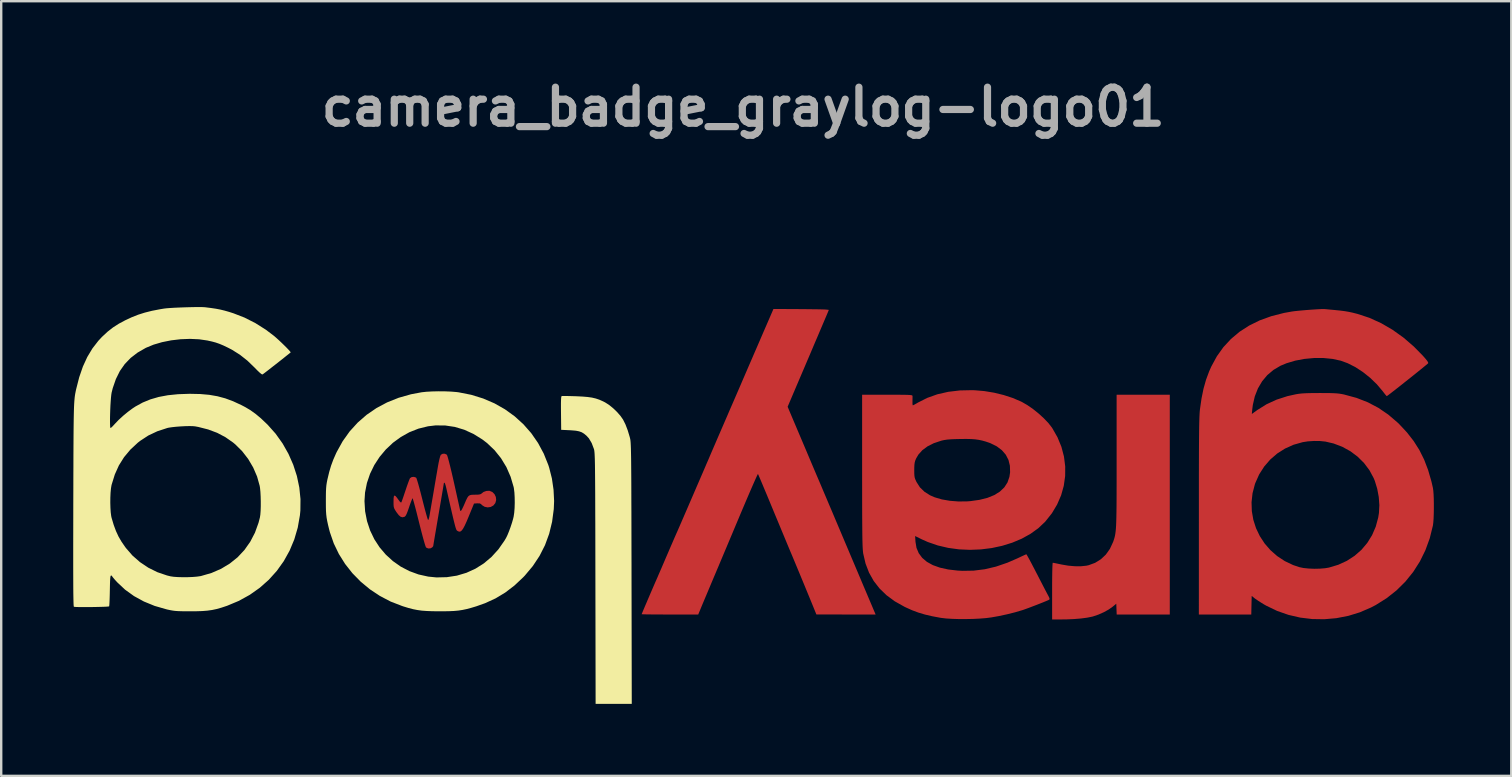
<source format=kicad_pcb>
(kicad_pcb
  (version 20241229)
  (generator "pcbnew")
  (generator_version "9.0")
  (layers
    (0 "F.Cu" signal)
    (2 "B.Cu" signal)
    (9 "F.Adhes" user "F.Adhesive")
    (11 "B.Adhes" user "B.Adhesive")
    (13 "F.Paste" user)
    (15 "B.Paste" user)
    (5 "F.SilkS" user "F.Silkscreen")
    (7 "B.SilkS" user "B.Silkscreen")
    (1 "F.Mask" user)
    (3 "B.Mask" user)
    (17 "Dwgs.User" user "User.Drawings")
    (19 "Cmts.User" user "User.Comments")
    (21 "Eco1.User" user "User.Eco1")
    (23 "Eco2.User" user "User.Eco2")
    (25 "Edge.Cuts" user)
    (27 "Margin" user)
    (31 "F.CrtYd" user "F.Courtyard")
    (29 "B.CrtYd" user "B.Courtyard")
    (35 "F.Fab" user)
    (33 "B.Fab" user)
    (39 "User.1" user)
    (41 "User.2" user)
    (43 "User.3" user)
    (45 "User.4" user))
  (footprint "camera_badge_graylog-logo01"
    (layer "F.Cu")
    (at 27.912 17.304)
    (property "Reference" "camera_badge_graylog-logo01" (at 0 -15.9 0) (layer "F.Fab") (effects (font (size 1.5 1.5) (thickness 0.3))))
    (attr board_only exclude_from_pos_files exclude_from_bom)
    (fp_poly (pts (xy 12.871 4.273) (xy 12.871 3.987) (xy 12.873 3.732) (xy 12.876 3.514) (xy 12.88 3.336) (xy 12.885 3.203) (xy 12.891 3.12) (xy 12.898 3.091) (xy 12.936 3.097) (xy 13.019 3.113) (xy 13.135 3.137) (xy 13.266 3.165) (xy 13.541 3.212) (xy 13.814 3.236) (xy 14.071 3.237) (xy 14.296 3.214) (xy 14.39 3.194) (xy 14.662 3.094) (xy 14.903 2.944) (xy 15.11 2.749) (xy 15.279 2.511) (xy 15.408 2.233) (xy 15.415 2.216) (xy 15.438 2.148) (xy 15.459 2.083) (xy 15.477 2.017) (xy 15.493 1.946) (xy 15.506 1.867) (xy 15.518 1.775) (xy 15.528 1.667) (xy 15.536 1.538) (xy 15.542 1.385) (xy 15.547 1.204) (xy 15.551 0.991) (xy 15.554 0.742) (xy 15.556 0.454) (xy 15.557 0.122) (xy 15.558 -0.258) (xy 15.558 -0.689) (xy 15.558 -1.169) (xy 15.558 -3.909) (xy 16.666 -3.909) (xy 17.773 -3.909) (xy 17.773 0.669) (xy 17.773 5.247) (xy 16.667 5.247) (xy 15.561 5.247) (xy 15.552 5.022) (xy 15.544 4.797) (xy 15.396 4.92) (xy 15.23 5.038) (xy 15.025 5.151) (xy 14.803 5.25) (xy 14.582 5.325) (xy 14.539 5.337) (xy 14.33 5.379) (xy 14.073 5.413) (xy 13.781 5.437) (xy 13.463 5.451) (xy 13.247 5.453) (xy 12.871 5.454)) (stroke (width 0) (type solid)) (fill yes) (layer "F.Cu"))
    (fp_poly (pts (xy -13.202 2.461) (xy -13.215 2.449) (xy -13.232 2.409) (xy -13.262 2.318) (xy -13.301 2.184) (xy -13.348 2.014) (xy -13.401 1.814) (xy -13.458 1.591) (xy -13.506 1.4) (xy -13.564 1.168) (xy -13.618 0.954) (xy -13.667 0.766) (xy -13.709 0.611) (xy -13.742 0.495) (xy -13.764 0.423) (xy -13.773 0.403) (xy -13.79 0.43) (xy -13.82 0.502) (xy -13.861 0.61) (xy -13.908 0.743) (xy -13.918 0.775) (xy -13.974 0.935) (xy -14.017 1.047) (xy -14.054 1.12) (xy -14.087 1.162) (xy -14.11 1.177) (xy -14.193 1.197) (xy -14.271 1.175) (xy -14.352 1.105) (xy -14.442 0.987) (xy -14.502 0.895) (xy -14.539 0.826) (xy -14.559 0.758) (xy -14.566 0.672) (xy -14.567 0.548) (xy -14.567 0.543) (xy -14.564 0.402) (xy -14.551 0.318) (xy -14.524 0.289) (xy -14.481 0.314) (xy -14.418 0.39) (xy -14.375 0.45) (xy -14.307 0.541) (xy -14.262 0.581) (xy -14.241 0.575) (xy -14.225 0.535) (xy -14.194 0.449) (xy -14.152 0.328) (xy -14.103 0.181) (xy -14.067 0.075) (xy -14.014 -0.084) (xy -13.964 -0.224) (xy -13.922 -0.337) (xy -13.891 -0.411) (xy -13.879 -0.433) (xy -13.81 -0.479) (xy -13.718 -0.487) (xy -13.628 -0.457) (xy -13.627 -0.456) (xy -13.609 -0.422) (xy -13.581 -0.337) (xy -13.542 -0.209) (xy -13.496 -0.044) (xy -13.444 0.15) (xy -13.388 0.368) (xy -13.371 0.436) (xy -13.316 0.653) (xy -13.265 0.85) (xy -13.218 1.022) (xy -13.179 1.16) (xy -13.15 1.257) (xy -13.131 1.307) (xy -13.127 1.312) (xy -13.109 1.29) (xy -13.087 1.223) (xy -13.067 1.127) (xy -13.066 1.121) (xy -13.051 1.033) (xy -13.028 0.898) (xy -12.999 0.728) (xy -12.966 0.535) (xy -12.93 0.329) (xy -12.915 0.241) (xy -12.876 0.012) (xy -12.835 -0.231) (xy -12.794 -0.47) (xy -12.756 -0.689) (xy -12.725 -0.87) (xy -12.721 -0.896) (xy -12.687 -1.081) (xy -12.654 -1.232) (xy -12.624 -1.341) (xy -12.6 -1.401) (xy -12.596 -1.406) (xy -12.522 -1.449) (xy -12.433 -1.452) (xy -12.354 -1.415) (xy -12.344 -1.405) (xy -12.326 -1.364) (xy -12.297 -1.268) (xy -12.258 -1.125) (xy -12.21 -0.937) (xy -12.155 -0.71) (xy -12.094 -0.448) (xy -12.044 -0.226) (xy -11.988 0.024) (xy -11.937 0.255) (xy -11.891 0.462) (xy -11.852 0.638) (xy -11.821 0.777) (xy -11.801 0.872) (xy -11.791 0.918) (xy -11.791 0.921) (xy -11.77 0.932) (xy -11.759 0.929) (xy -11.735 0.899) (xy -11.696 0.826) (xy -11.647 0.723) (xy -11.611 0.641) (xy -11.546 0.489) (xy -11.494 0.384) (xy -11.446 0.316) (xy -11.39 0.278) (xy -11.319 0.261) (xy -11.222 0.256) (xy -11.17 0.256) (xy -11.043 0.253) (xy -10.962 0.241) (xy -10.914 0.22) (xy -10.901 0.207) (xy -10.815 0.141) (xy -10.7 0.1) (xy -10.583 0.093) (xy -10.567 0.095) (xy -10.449 0.144) (xy -10.359 0.235) (xy -10.304 0.351) (xy -10.291 0.479) (xy -10.326 0.605) (xy -10.326 0.605) (xy -10.408 0.706) (xy -10.519 0.767) (xy -10.645 0.785) (xy -10.77 0.76) (xy -10.881 0.691) (xy -10.921 0.646) (xy -10.977 0.619) (xy -11.083 0.616) (xy -11.083 0.616) (xy -11.214 0.625) (xy -11.436 1.166) (xy -11.528 1.385) (xy -11.605 1.552) (xy -11.67 1.672) (xy -11.727 1.749) (xy -11.78 1.789) (xy -11.834 1.796) (xy -11.89 1.773) (xy -11.921 1.753) (xy -11.934 1.74) (xy -11.947 1.718) (xy -11.962 1.681) (xy -11.981 1.626) (xy -12.003 1.549) (xy -12.03 1.444) (xy -12.064 1.308) (xy -12.105 1.136) (xy -12.154 0.925) (xy -12.213 0.669) (xy -12.282 0.364) (xy -12.363 0.007) (xy -12.372 -0.032) (xy -12.398 -0.135) (xy -12.424 -0.211) (xy -12.443 -0.246) (xy -12.445 -0.246) (xy -12.47 -0.229) (xy -12.47 -0.227) (xy -12.475 -0.194) (xy -12.489 -0.111) (xy -12.509 0.014) (xy -12.536 0.172) (xy -12.567 0.354) (xy -12.587 0.474) (xy -12.649 0.831) (xy -12.705 1.161) (xy -12.756 1.46) (xy -12.801 1.725) (xy -12.84 1.952) (xy -12.871 2.136) (xy -12.894 2.274) (xy -12.908 2.362) (xy -12.913 2.395) (xy -12.913 2.396) (xy -12.932 2.423) (xy -12.96 2.454) (xy -13.035 2.493) (xy -13.125 2.495)) (stroke (width 0) (type solid)) (fill yes) (layer "F.Cu"))
    (fp_poly (pts (xy 8.987 5.437) (xy 8.708 5.428) (xy 8.459 5.413) (xy 8.252 5.389) (xy 8.219 5.384) (xy 7.873 5.319) (xy 7.57 5.248) (xy 7.296 5.166) (xy 7.034 5.068) (xy 6.77 4.949) (xy 6.713 4.921) (xy 6.318 4.699) (xy 5.974 4.446) (xy 5.681 4.163) (xy 5.437 3.849) (xy 5.243 3.503) (xy 5.098 3.125) (xy 5.002 2.714) (xy 4.999 2.694) (xy 4.992 2.643) (xy 4.986 2.578) (xy 4.98 2.496) (xy 4.975 2.395) (xy 4.971 2.271) (xy 4.967 2.119) (xy 4.964 1.938) (xy 4.962 1.723) (xy 4.96 1.471) (xy 4.958 1.178) (xy 4.957 0.842) (xy 4.956 0.459) (xy 4.956 0.026) (xy 4.955 -0.462) (xy 4.955 -0.741) (xy 4.955 -3.909) (xy 6.004 -3.909) (xy 6.281 -3.908) (xy 6.504 -3.908) (xy 6.68 -3.906) (xy 6.814 -3.904) (xy 6.912 -3.9) (xy 6.979 -3.894) (xy 7.021 -3.887) (xy 7.044 -3.877) (xy 7.053 -3.865) (xy 7.055 -3.857) (xy 7.055 -3.8) (xy 7.054 -3.707) (xy 7.053 -3.635) (xy 7.053 -3.544) (xy 7.059 -3.483) (xy 7.067 -3.466) (xy 7.1 -3.48) (xy 7.169 -3.517) (xy 7.262 -3.57) (xy 7.283 -3.583) (xy 7.668 -3.777) (xy 8.089 -3.927) (xy 8.543 -4.03) (xy 9.028 -4.088) (xy 9.541 -4.099) (xy 9.651 -4.095) (xy 10.047 -4.061) (xy 10.452 -3.994) (xy 10.851 -3.897) (xy 11.228 -3.774) (xy 11.566 -3.63) (xy 11.611 -3.608) (xy 11.838 -3.477) (xy 12.075 -3.313) (xy 12.308 -3.126) (xy 12.525 -2.928) (xy 12.714 -2.73) (xy 12.862 -2.541) (xy 12.877 -2.518) (xy 13.095 -2.135) (xy 13.258 -1.739) (xy 13.364 -1.335) (xy 13.416 -0.926) (xy 13.415 -0.68) (xy 11.12 -0.68) (xy 11.112 -0.95) (xy 11.052 -1.193) (xy 10.94 -1.41) (xy 10.776 -1.599) (xy 10.562 -1.76) (xy 10.298 -1.891) (xy 10.109 -1.957) (xy 9.958 -1.999) (xy 9.815 -2.029) (xy 9.667 -2.05) (xy 9.5 -2.062) (xy 9.301 -2.067) (xy 9.059 -2.065) (xy 9.016 -2.064) (xy 8.801 -2.059) (xy 8.632 -2.051) (xy 8.497 -2.04) (xy 8.383 -2.023) (xy 8.277 -2) (xy 8.248 -1.992) (xy 7.943 -1.891) (xy 7.681 -1.759) (xy 7.466 -1.6) (xy 7.3 -1.416) (xy 7.207 -1.257) (xy 7.17 -1.171) (xy 7.147 -1.091) (xy 7.134 -1) (xy 7.128 -0.88) (xy 7.127 -0.777) (xy 7.128 -0.634) (xy 7.134 -0.532) (xy 7.147 -0.452) (xy 7.173 -0.377) (xy 7.214 -0.288) (xy 7.223 -0.27) (xy 7.363 -0.051) (xy 7.551 0.132) (xy 7.786 0.281) (xy 7.98 0.365) (xy 8.277 0.452) (xy 8.612 0.51) (xy 8.967 0.538) (xy 9.328 0.534) (xy 9.463 0.524) (xy 9.846 0.47) (xy 10.179 0.386) (xy 10.462 0.271) (xy 10.695 0.126) (xy 10.878 -0.049) (xy 11.011 -0.254) (xy 11.092 -0.489) (xy 11.12 -0.68) (xy 13.415 -0.68) (xy 13.413 -0.517) (xy 13.356 -0.112) (xy 13.245 0.283) (xy 13.079 0.665) (xy 12.861 1.03) (xy 12.589 1.372) (xy 12.576 1.387) (xy 12.293 1.654) (xy 11.967 1.888) (xy 11.604 2.089) (xy 11.209 2.255) (xy 10.79 2.385) (xy 10.353 2.479) (xy 9.903 2.535) (xy 9.448 2.553) (xy 8.992 2.533) (xy 8.543 2.472) (xy 8.107 2.37) (xy 7.69 2.226) (xy 7.447 2.118) (xy 7.163 1.978) (xy 7.178 2.217) (xy 7.22 2.47) (xy 7.314 2.693) (xy 7.459 2.888) (xy 7.654 3.053) (xy 7.9 3.189) (xy 8.196 3.295) (xy 8.541 3.371) (xy 8.936 3.417) (xy 9.134 3.428) (xy 9.599 3.42) (xy 10.063 3.362) (xy 10.531 3.252) (xy 11.01 3.088) (xy 11.42 2.91) (xy 11.554 2.847) (xy 11.667 2.794) (xy 11.75 2.756) (xy 11.792 2.738) (xy 11.795 2.737) (xy 11.815 2.762) (xy 11.86 2.84) (xy 11.931 2.969) (xy 12.027 3.15) (xy 12.149 3.384) (xy 12.295 3.667) (xy 12.391 3.853) (xy 12.483 4.031) (xy 12.566 4.191) (xy 12.635 4.323) (xy 12.685 4.417) (xy 12.701 4.446) (xy 12.748 4.538) (xy 12.765 4.594) (xy 12.756 4.624) (xy 12.748 4.631) (xy 12.702 4.653) (xy 12.612 4.691) (xy 12.488 4.742) (xy 12.342 4.8) (xy 12.183 4.862) (xy 12.023 4.923) (xy 11.872 4.98) (xy 11.743 5.027) (xy 11.644 5.062) (xy 11.63 5.066) (xy 11.328 5.155) (xy 10.992 5.239) (xy 10.647 5.313) (xy 10.345 5.367) (xy 10.123 5.396) (xy 9.863 5.417) (xy 9.578 5.431) (xy 9.281 5.437)) (stroke (width 0) (type solid)) (fill yes) (layer "F.Cu"))
    (fp_poly (pts (xy -3.309 5.247) (xy -3.547 5.246) (xy -3.759 5.245) (xy -3.939 5.243) (xy -4.082 5.241) (xy -4.18 5.238) (xy -4.227 5.236) (xy -4.23 5.235) (xy -4.219 5.206) (xy -4.188 5.132) (xy -4.141 5.02) (xy -4.082 4.88) (xy -4.013 4.72) (xy -3.94 4.548) (xy -3.865 4.373) (xy -3.792 4.204) (xy -3.725 4.049) (xy -3.668 3.917) (xy -3.623 3.816) (xy -3.61 3.785) (xy -3.581 3.72) (xy -3.535 3.612) (xy -3.474 3.472) (xy -3.404 3.311) (xy -3.335 3.15) (xy -3.232 2.909) (xy -3.131 2.675) (xy -3.036 2.454) (xy -2.95 2.255) (xy -2.875 2.082) (xy -2.815 1.945) (xy -2.773 1.849) (xy -2.753 1.806) (xy -2.737 1.77) (xy -2.7 1.684) (xy -2.644 1.556) (xy -2.573 1.392) (xy -2.488 1.196) (xy -2.392 0.974) (xy -2.288 0.734) (xy -2.178 0.479) (xy -2.065 0.217) (xy -1.951 -0.048) (xy -1.838 -0.309) (xy -1.729 -0.561) (xy -1.627 -0.797) (xy -1.535 -1.013) (xy -1.453 -1.201) (xy -1.386 -1.358) (xy -1.336 -1.476) (xy -1.306 -1.546) (xy -1.275 -1.617) (xy -1.224 -1.736) (xy -1.156 -1.893) (xy -1.075 -2.082) (xy -0.983 -2.294) (xy -0.884 -2.523) (xy -0.789 -2.742) (xy -0.672 -3.012) (xy -0.547 -3.303) (xy -0.418 -3.599) (xy -0.293 -3.888) (xy -0.177 -4.156) (xy -0.076 -4.39) (xy -0.036 -4.485) (xy 0.048 -4.678) (xy 0.143 -4.899) (xy 0.248 -5.142) (xy 0.36 -5.4) (xy 0.475 -5.667) (xy 0.592 -5.936) (xy 0.706 -6.2) (xy 0.815 -6.453) (xy 0.917 -6.688) (xy 1.009 -6.9) (xy 1.087 -7.08) (xy 1.149 -7.223) (xy 1.192 -7.322) (xy 1.207 -7.357) (xy 1.261 -7.482) (xy 2.244 -7.477) (xy 2.488 -7.475) (xy 2.72 -7.473) (xy 2.933 -7.47) (xy 3.116 -7.468) (xy 3.263 -7.465) (xy 3.363 -7.462) (xy 3.397 -7.461) (xy 3.489 -7.454) (xy 3.55 -7.446) (xy 3.567 -7.442) (xy 3.556 -7.413) (xy 3.527 -7.343) (xy 3.486 -7.244) (xy 3.467 -7.2) (xy 3.427 -7.106) (xy 3.368 -6.968) (xy 3.296 -6.798) (xy 3.214 -6.606) (xy 3.128 -6.403) (xy 3.072 -6.271) (xy 2.989 -6.078) (xy 2.889 -5.842) (xy 2.776 -5.575) (xy 2.654 -5.29) (xy 2.53 -4.998) (xy 2.407 -4.711) (xy 2.314 -4.493) (xy 1.852 -3.408) (xy 2.092 -2.839) (xy 2.171 -2.654) (xy 2.247 -2.474) (xy 2.316 -2.311) (xy 2.373 -2.177) (xy 2.412 -2.085) (xy 2.415 -2.077) (xy 2.452 -1.991) (xy 2.507 -1.861) (xy 2.575 -1.701) (xy 2.651 -1.522) (xy 2.729 -1.336) (xy 2.74 -1.31) (xy 2.823 -1.114) (xy 2.907 -0.915) (xy 2.987 -0.727) (xy 3.056 -0.564) (xy 3.109 -0.441) (xy 3.11 -0.438) (xy 3.143 -0.361) (xy 3.197 -0.235) (xy 3.269 -0.065) (xy 3.357 0.144) (xy 3.46 0.386) (xy 3.574 0.656) (xy 3.699 0.949) (xy 3.83 1.26) (xy 3.967 1.584) (xy 4.055 1.792) (xy 4.199 2.133) (xy 4.344 2.475) (xy 4.486 2.811) (xy 4.623 3.135) (xy 4.752 3.44) (xy 4.87 3.719) (xy 4.974 3.966) (xy 5.062 4.174) (xy 5.132 4.338) (xy 5.154 4.391) (xy 5.235 4.581) (xy 5.31 4.758) (xy 5.376 4.913) (xy 5.428 5.037) (xy 5.464 5.122) (xy 5.477 5.151) (xy 5.517 5.247) (xy 4.284 5.247) (xy 3.05 5.246) (xy 2.867 4.796) (xy 2.766 4.55) (xy 2.648 4.264) (xy 2.519 3.95) (xy 2.384 3.624) (xy 2.249 3.299) (xy 2.12 2.989) (xy 2.002 2.707) (xy 1.958 2.604) (xy 1.909 2.486) (xy 1.84 2.321) (xy 1.755 2.116) (xy 1.657 1.88) (xy 1.549 1.62) (xy 1.434 1.343) (xy 1.315 1.058) (xy 1.203 0.787) (xy 1.092 0.519) (xy 0.987 0.266) (xy 0.89 0.036) (xy 0.805 -0.168) (xy 0.733 -0.339) (xy 0.676 -0.472) (xy 0.637 -0.563) (xy 0.617 -0.605) (xy 0.616 -0.608) (xy 0.601 -0.585) (xy 0.566 -0.512) (xy 0.512 -0.393) (xy 0.441 -0.233) (xy 0.355 -0.036) (xy 0.255 0.194) (xy 0.144 0.453) (xy 0.024 0.735) (xy -0.104 1.037) (xy -0.182 1.224) (xy -0.318 1.546) (xy -0.449 1.859) (xy -0.575 2.158) (xy -0.692 2.437) (xy -0.799 2.69) (xy -0.893 2.914) (xy -0.972 3.101) (xy -1.033 3.247) (xy -1.075 3.346) (xy -1.086 3.372) (xy -1.242 3.741) (xy -1.376 4.059) (xy -1.489 4.329) (xy -1.584 4.554) (xy -1.661 4.737) (xy -1.722 4.882) (xy -1.767 4.991) (xy -1.778 5.018) (xy -1.873 5.247) (xy -3.051 5.247)) (stroke (width 0) (type solid)) (fill yes) (layer "F.Cu"))
    (fp_poly (pts (xy 23.705 5.436) (xy 23.207 5.376) (xy 22.719 5.263) (xy 22.247 5.099) (xy 21.798 4.883) (xy 21.697 4.826) (xy 21.569 4.747) (xy 21.446 4.668) (xy 21.346 4.6) (xy 21.303 4.568) (xy 21.185 4.474) (xy 21.176 4.861) (xy 21.168 5.247) (xy 20.076 5.247) (xy 18.984 5.247) (xy 18.985 1.164) (xy 18.985 0.576) (xy 18.985 0.044) (xy 18.985 -0.435) (xy 18.986 -0.864) (xy 18.987 -1.247) (xy 18.988 -1.586) (xy 18.99 -1.884) (xy 18.992 -2.144) (xy 18.994 -2.37) (xy 18.997 -2.565) (xy 19 -2.732) (xy 19.004 -2.873) (xy 19.008 -2.992) (xy 19.013 -3.092) (xy 19.018 -3.176) (xy 19.024 -3.247) (xy 19.03 -3.303) (xy 19.095 -3.754) (xy 19.178 -4.16) (xy 19.283 -4.533) (xy 19.414 -4.885) (xy 19.504 -5.087) (xy 19.734 -5.51) (xy 20.007 -5.892) (xy 20.322 -6.232) (xy 20.679 -6.532) (xy 21.079 -6.79) (xy 21.52 -7.007) (xy 22.004 -7.182) (xy 22.529 -7.316) (xy 22.868 -7.377) (xy 22.974 -7.391) (xy 23.118 -7.406) (xy 23.289 -7.422) (xy 23.474 -7.438) (xy 23.662 -7.452) (xy 23.841 -7.464) (xy 23.999 -7.473) (xy 24.124 -7.479) (xy 24.204 -7.479) (xy 24.212 -7.478) (xy 24.257 -7.475) (xy 24.348 -7.466) (xy 24.473 -7.454) (xy 24.62 -7.441) (xy 24.655 -7.437) (xy 24.88 -7.414) (xy 25.066 -7.39) (xy 25.23 -7.362) (xy 25.393 -7.327) (xy 25.573 -7.281) (xy 25.6 -7.274) (xy 26.094 -7.111) (xy 26.578 -6.891) (xy 27.05 -6.617) (xy 27.506 -6.291) (xy 27.942 -5.915) (xy 28.315 -5.535) (xy 28.426 -5.409) (xy 28.498 -5.319) (xy 28.534 -5.26) (xy 28.539 -5.224) (xy 28.537 -5.221) (xy 28.509 -5.194) (xy 28.441 -5.137) (xy 28.34 -5.054) (xy 28.212 -4.95) (xy 28.063 -4.83) (xy 27.9 -4.699) (xy 27.729 -4.563) (xy 27.555 -4.425) (xy 27.386 -4.291) (xy 27.228 -4.167) (xy 27.086 -4.056) (xy 26.968 -3.964) (xy 26.879 -3.897) (xy 26.825 -3.858) (xy 26.812 -3.85) (xy 26.789 -3.873) (xy 26.739 -3.931) (xy 26.673 -4.016) (xy 26.649 -4.048) (xy 26.402 -4.341) (xy 26.122 -4.612) (xy 25.819 -4.854) (xy 25.502 -5.061) (xy 25.181 -5.223) (xy 24.897 -5.327) (xy 24.548 -5.402) (xy 24.171 -5.439) (xy 23.777 -5.438) (xy 23.381 -5.401) (xy 22.996 -5.328) (xy 22.637 -5.221) (xy 22.389 -5.118) (xy 22.093 -4.943) (xy 21.835 -4.726) (xy 21.619 -4.468) (xy 21.445 -4.172) (xy 21.315 -3.842) (xy 21.232 -3.481) (xy 21.21 -3.309) (xy 21.191 -3.107) (xy 21.424 -3.275) (xy 21.804 -3.512) (xy 22.222 -3.704) (xy 22.678 -3.851) (xy 23.031 -3.929) (xy 23.143 -3.947) (xy 23.266 -3.961) (xy 23.409 -3.97) (xy 23.582 -3.976) (xy 23.795 -3.979) (xy 24.035 -3.98) (xy 24.272 -3.979) (xy 24.46 -3.977) (xy 24.609 -3.972) (xy 24.731 -3.965) (xy 24.835 -3.954) (xy 24.931 -3.939) (xy 25.03 -3.919) (xy 25.049 -3.914) (xy 25.557 -3.776) (xy 26.028 -3.592) (xy 26.466 -3.361) (xy 26.876 -3.081) (xy 27.263 -2.75) (xy 27.332 -2.683) (xy 27.656 -2.336) (xy 27.934 -1.979) (xy 28.171 -1.605) (xy 28.37 -1.205) (xy 28.536 -0.77) (xy 28.674 -0.293) (xy 28.736 -0.025) (xy 28.751 0.084) (xy 28.763 0.238) (xy 28.771 0.426) (xy 28.774 0.635) (xy 28.774 0.693) (xy 26.504 0.693) (xy 26.479 0.351) (xy 26.415 0.009) (xy 26.316 -0.316) (xy 26.267 -0.436) (xy 26.09 -0.765) (xy 25.865 -1.064) (xy 25.598 -1.329) (xy 25.295 -1.556) (xy 24.96 -1.74) (xy 24.6 -1.877) (xy 24.259 -1.957) (xy 24.034 -1.98) (xy 23.78 -1.983) (xy 23.523 -1.966) (xy 23.311 -1.933) (xy 22.929 -1.825) (xy 22.574 -1.666) (xy 22.249 -1.46) (xy 21.959 -1.21) (xy 21.708 -0.92) (xy 21.499 -0.594) (xy 21.338 -0.234) (xy 21.317 -0.176) (xy 21.22 0.197) (xy 21.179 0.572) (xy 21.191 0.942) (xy 21.254 1.304) (xy 21.366 1.652) (xy 21.524 1.982) (xy 21.725 2.289) (xy 21.967 2.567) (xy 22.247 2.813) (xy 22.562 3.021) (xy 22.911 3.187) (xy 23.17 3.274) (xy 23.344 3.31) (xy 23.558 3.332) (xy 23.791 3.342) (xy 24.027 3.337) (xy 24.245 3.319) (xy 24.404 3.292) (xy 24.793 3.175) (xy 25.15 3.011) (xy 25.472 2.802) (xy 25.757 2.553) (xy 26 2.265) (xy 26.2 1.943) (xy 26.353 1.59) (xy 26.456 1.209) (xy 26.487 1.016) (xy 26.504 0.693) (xy 28.774 0.693) (xy 28.774 0.851) (xy 28.77 1.062) (xy 28.763 1.255) (xy 28.751 1.417) (xy 28.736 1.536) (xy 28.735 1.541) (xy 28.604 2.069) (xy 28.422 2.569) (xy 28.191 3.039) (xy 27.912 3.476) (xy 27.587 3.878) (xy 27.219 4.242) (xy 26.808 4.567) (xy 26.356 4.851) (xy 26.161 4.953) (xy 25.694 5.155) (xy 25.209 5.304) (xy 24.712 5.4) (xy 24.209 5.444)) (stroke (width 0) (type solid)) (fill yes) (layer "F.Cu"))
    (fp_poly (pts (xy 12.871 4.273) (xy 12.871 3.987) (xy 12.873 3.732) (xy 12.876 3.514) (xy 12.88 3.336) (xy 12.885 3.203) (xy 12.891 3.12) (xy 12.898 3.091) (xy 12.936 3.097) (xy 13.019 3.113) (xy 13.135 3.137) (xy 13.266 3.165) (xy 13.541 3.212) (xy 13.814 3.236) (xy 14.071 3.237) (xy 14.296 3.214) (xy 14.39 3.194) (xy 14.662 3.094) (xy 14.903 2.944) (xy 15.11 2.749) (xy 15.279 2.511) (xy 15.408 2.233) (xy 15.415 2.216) (xy 15.438 2.148) (xy 15.459 2.083) (xy 15.477 2.017) (xy 15.493 1.946) (xy 15.506 1.867) (xy 15.518 1.775) (xy 15.528 1.667) (xy 15.536 1.538) (xy 15.542 1.385) (xy 15.547 1.204) (xy 15.551 0.991) (xy 15.554 0.742) (xy 15.556 0.454) (xy 15.557 0.122) (xy 15.558 -0.258) (xy 15.558 -0.689) (xy 15.558 -1.169) (xy 15.558 -3.909) (xy 16.666 -3.909) (xy 17.773 -3.909) (xy 17.773 0.669) (xy 17.773 5.247) (xy 16.667 5.247) (xy 15.561 5.247) (xy 15.552 5.022) (xy 15.544 4.797) (xy 15.396 4.92) (xy 15.23 5.038) (xy 15.025 5.151) (xy 14.803 5.25) (xy 14.582 5.325) (xy 14.539 5.337) (xy 14.33 5.379) (xy 14.073 5.413) (xy 13.781 5.437) (xy 13.463 5.451) (xy 13.247 5.453) (xy 12.871 5.454)) (stroke (width 0) (type solid)) (fill yes) (layer "F.Mask"))
    (fp_poly (pts (xy -13.202 2.461) (xy -13.215 2.449) (xy -13.232 2.409) (xy -13.262 2.318) (xy -13.301 2.184) (xy -13.348 2.014) (xy -13.401 1.814) (xy -13.458 1.591) (xy -13.506 1.4) (xy -13.564 1.168) (xy -13.618 0.954) (xy -13.667 0.766) (xy -13.709 0.611) (xy -13.742 0.495) (xy -13.764 0.423) (xy -13.773 0.403) (xy -13.79 0.43) (xy -13.82 0.502) (xy -13.861 0.61) (xy -13.908 0.743) (xy -13.918 0.775) (xy -13.974 0.935) (xy -14.017 1.047) (xy -14.054 1.12) (xy -14.087 1.162) (xy -14.11 1.177) (xy -14.193 1.197) (xy -14.271 1.175) (xy -14.352 1.105) (xy -14.442 0.987) (xy -14.502 0.895) (xy -14.539 0.826) (xy -14.559 0.758) (xy -14.566 0.672) (xy -14.567 0.548) (xy -14.567 0.543) (xy -14.564 0.402) (xy -14.551 0.318) (xy -14.524 0.289) (xy -14.481 0.314) (xy -14.418 0.39) (xy -14.375 0.45) (xy -14.307 0.541) (xy -14.262 0.581) (xy -14.241 0.575) (xy -14.225 0.535) (xy -14.194 0.449) (xy -14.152 0.328) (xy -14.103 0.181) (xy -14.067 0.075) (xy -14.014 -0.084) (xy -13.964 -0.224) (xy -13.922 -0.337) (xy -13.891 -0.411) (xy -13.879 -0.433) (xy -13.81 -0.479) (xy -13.718 -0.487) (xy -13.628 -0.457) (xy -13.627 -0.456) (xy -13.609 -0.422) (xy -13.581 -0.337) (xy -13.542 -0.209) (xy -13.496 -0.044) (xy -13.444 0.15) (xy -13.388 0.368) (xy -13.371 0.436) (xy -13.316 0.653) (xy -13.265 0.85) (xy -13.218 1.022) (xy -13.179 1.16) (xy -13.15 1.257) (xy -13.131 1.307) (xy -13.127 1.312) (xy -13.109 1.29) (xy -13.087 1.223) (xy -13.067 1.127) (xy -13.066 1.121) (xy -13.051 1.033) (xy -13.028 0.898) (xy -12.999 0.728) (xy -12.966 0.535) (xy -12.93 0.329) (xy -12.915 0.241) (xy -12.876 0.012) (xy -12.835 -0.231) (xy -12.794 -0.47) (xy -12.756 -0.689) (xy -12.725 -0.87) (xy -12.721 -0.896) (xy -12.687 -1.081) (xy -12.654 -1.232) (xy -12.624 -1.341) (xy -12.6 -1.401) (xy -12.596 -1.406) (xy -12.522 -1.449) (xy -12.433 -1.452) (xy -12.354 -1.415) (xy -12.344 -1.405) (xy -12.326 -1.364) (xy -12.297 -1.268) (xy -12.258 -1.125) (xy -12.21 -0.937) (xy -12.155 -0.71) (xy -12.094 -0.448) (xy -12.044 -0.226) (xy -11.988 0.024) (xy -11.937 0.255) (xy -11.891 0.462) (xy -11.852 0.638) (xy -11.821 0.777) (xy -11.801 0.872) (xy -11.791 0.918) (xy -11.791 0.921) (xy -11.77 0.932) (xy -11.759 0.929) (xy -11.735 0.899) (xy -11.696 0.826) (xy -11.647 0.723) (xy -11.611 0.641) (xy -11.546 0.489) (xy -11.494 0.384) (xy -11.446 0.316) (xy -11.39 0.278) (xy -11.319 0.261) (xy -11.222 0.256) (xy -11.17 0.256) (xy -11.043 0.253) (xy -10.962 0.241) (xy -10.914 0.22) (xy -10.901 0.207) (xy -10.815 0.141) (xy -10.7 0.1) (xy -10.583 0.093) (xy -10.567 0.095) (xy -10.449 0.144) (xy -10.359 0.235) (xy -10.304 0.351) (xy -10.291 0.479) (xy -10.326 0.605) (xy -10.326 0.605) (xy -10.408 0.706) (xy -10.519 0.767) (xy -10.645 0.785) (xy -10.77 0.76) (xy -10.881 0.691) (xy -10.921 0.646) (xy -10.977 0.619) (xy -11.083 0.616) (xy -11.083 0.616) (xy -11.214 0.625) (xy -11.436 1.166) (xy -11.528 1.385) (xy -11.605 1.552) (xy -11.67 1.672) (xy -11.727 1.749) (xy -11.78 1.789) (xy -11.834 1.796) (xy -11.89 1.773) (xy -11.921 1.753) (xy -11.934 1.74) (xy -11.947 1.718) (xy -11.962 1.681) (xy -11.981 1.626) (xy -12.003 1.549) (xy -12.03 1.444) (xy -12.064 1.308) (xy -12.105 1.136) (xy -12.154 0.925) (xy -12.213 0.669) (xy -12.282 0.364) (xy -12.363 0.007) (xy -12.372 -0.032) (xy -12.398 -0.135) (xy -12.424 -0.211) (xy -12.443 -0.246) (xy -12.445 -0.246) (xy -12.47 -0.229) (xy -12.47 -0.227) (xy -12.475 -0.194) (xy -12.489 -0.111) (xy -12.509 0.014) (xy -12.536 0.172) (xy -12.567 0.354) (xy -12.587 0.474) (xy -12.649 0.831) (xy -12.705 1.161) (xy -12.756 1.46) (xy -12.801 1.725) (xy -12.84 1.952) (xy -12.871 2.136) (xy -12.894 2.274) (xy -12.908 2.362) (xy -12.913 2.395) (xy -12.913 2.396) (xy -12.932 2.423) (xy -12.96 2.454) (xy -13.035 2.493) (xy -13.125 2.495)) (stroke (width 0) (type solid)) (fill yes) (layer "F.Mask"))
    (fp_poly (pts (xy 8.987 5.437) (xy 8.708 5.428) (xy 8.459 5.413) (xy 8.252 5.389) (xy 8.219 5.384) (xy 7.873 5.319) (xy 7.57 5.248) (xy 7.296 5.166) (xy 7.034 5.068) (xy 6.77 4.949) (xy 6.713 4.921) (xy 6.318 4.699) (xy 5.974 4.446) (xy 5.681 4.163) (xy 5.437 3.849) (xy 5.243 3.503) (xy 5.098 3.125) (xy 5.002 2.714) (xy 4.999 2.694) (xy 4.992 2.643) (xy 4.986 2.578) (xy 4.98 2.496) (xy 4.975 2.395) (xy 4.971 2.271) (xy 4.967 2.119) (xy 4.964 1.938) (xy 4.962 1.723) (xy 4.96 1.471) (xy 4.958 1.178) (xy 4.957 0.842) (xy 4.956 0.459) (xy 4.956 0.026) (xy 4.955 -0.462) (xy 4.955 -0.741) (xy 4.955 -3.909) (xy 6.004 -3.909) (xy 6.281 -3.908) (xy 6.504 -3.908) (xy 6.68 -3.906) (xy 6.814 -3.904) (xy 6.912 -3.9) (xy 6.979 -3.894) (xy 7.021 -3.887) (xy 7.044 -3.877) (xy 7.053 -3.865) (xy 7.055 -3.857) (xy 7.055 -3.8) (xy 7.054 -3.707) (xy 7.053 -3.635) (xy 7.053 -3.544) (xy 7.059 -3.483) (xy 7.067 -3.466) (xy 7.1 -3.48) (xy 7.169 -3.517) (xy 7.262 -3.57) (xy 7.283 -3.583) (xy 7.668 -3.777) (xy 8.089 -3.927) (xy 8.543 -4.03) (xy 9.028 -4.088) (xy 9.541 -4.099) (xy 9.651 -4.095) (xy 10.047 -4.061) (xy 10.452 -3.994) (xy 10.851 -3.897) (xy 11.228 -3.774) (xy 11.566 -3.63) (xy 11.611 -3.608) (xy 11.838 -3.477) (xy 12.075 -3.313) (xy 12.308 -3.126) (xy 12.525 -2.928) (xy 12.714 -2.73) (xy 12.862 -2.541) (xy 12.877 -2.518) (xy 13.095 -2.135) (xy 13.258 -1.739) (xy 13.364 -1.335) (xy 13.416 -0.926) (xy 13.415 -0.68) (xy 11.12 -0.68) (xy 11.112 -0.95) (xy 11.052 -1.193) (xy 10.94 -1.41) (xy 10.776 -1.599) (xy 10.562 -1.76) (xy 10.298 -1.891) (xy 10.109 -1.957) (xy 9.958 -1.999) (xy 9.815 -2.029) (xy 9.667 -2.05) (xy 9.5 -2.062) (xy 9.301 -2.067) (xy 9.059 -2.065) (xy 9.016 -2.064) (xy 8.801 -2.059) (xy 8.632 -2.051) (xy 8.497 -2.04) (xy 8.383 -2.023) (xy 8.277 -2) (xy 8.248 -1.992) (xy 7.943 -1.891) (xy 7.681 -1.759) (xy 7.466 -1.6) (xy 7.3 -1.416) (xy 7.207 -1.257) (xy 7.17 -1.171) (xy 7.147 -1.091) (xy 7.134 -1) (xy 7.128 -0.88) (xy 7.127 -0.777) (xy 7.128 -0.634) (xy 7.134 -0.532) (xy 7.147 -0.452) (xy 7.173 -0.377) (xy 7.214 -0.288) (xy 7.223 -0.27) (xy 7.363 -0.051) (xy 7.551 0.132) (xy 7.786 0.281) (xy 7.98 0.365) (xy 8.277 0.452) (xy 8.612 0.51) (xy 8.967 0.538) (xy 9.328 0.534) (xy 9.463 0.524) (xy 9.846 0.47) (xy 10.179 0.386) (xy 10.462 0.271) (xy 10.695 0.126) (xy 10.878 -0.049) (xy 11.011 -0.254) (xy 11.092 -0.489) (xy 11.12 -0.68) (xy 13.415 -0.68) (xy 13.413 -0.517) (xy 13.356 -0.112) (xy 13.245 0.283) (xy 13.079 0.665) (xy 12.861 1.03) (xy 12.589 1.372) (xy 12.576 1.387) (xy 12.293 1.654) (xy 11.967 1.888) (xy 11.604 2.089) (xy 11.209 2.255) (xy 10.79 2.385) (xy 10.353 2.479) (xy 9.903 2.535) (xy 9.448 2.553) (xy 8.992 2.533) (xy 8.543 2.472) (xy 8.107 2.37) (xy 7.69 2.226) (xy 7.447 2.118) (xy 7.163 1.978) (xy 7.178 2.217) (xy 7.22 2.47) (xy 7.314 2.693) (xy 7.459 2.888) (xy 7.654 3.053) (xy 7.9 3.189) (xy 8.196 3.295) (xy 8.541 3.371) (xy 8.936 3.417) (xy 9.134 3.428) (xy 9.599 3.42) (xy 10.063 3.362) (xy 10.531 3.252) (xy 11.01 3.088) (xy 11.42 2.91) (xy 11.554 2.847) (xy 11.667 2.794) (xy 11.75 2.756) (xy 11.792 2.738) (xy 11.795 2.737) (xy 11.815 2.762) (xy 11.86 2.84) (xy 11.931 2.969) (xy 12.027 3.15) (xy 12.149 3.384) (xy 12.295 3.667) (xy 12.391 3.853) (xy 12.483 4.031) (xy 12.566 4.191) (xy 12.635 4.323) (xy 12.685 4.417) (xy 12.701 4.446) (xy 12.748 4.538) (xy 12.765 4.594) (xy 12.756 4.624) (xy 12.748 4.631) (xy 12.702 4.653) (xy 12.612 4.691) (xy 12.488 4.742) (xy 12.342 4.8) (xy 12.183 4.862) (xy 12.023 4.923) (xy 11.872 4.98) (xy 11.743 5.027) (xy 11.644 5.062) (xy 11.63 5.066) (xy 11.328 5.155) (xy 10.992 5.239) (xy 10.647 5.313) (xy 10.345 5.367) (xy 10.123 5.396) (xy 9.863 5.417) (xy 9.578 5.431) (xy 9.281 5.437)) (stroke (width 0) (type solid)) (fill yes) (layer "F.Mask"))
    (fp_poly (pts (xy -3.309 5.247) (xy -3.547 5.246) (xy -3.759 5.245) (xy -3.939 5.243) (xy -4.082 5.241) (xy -4.18 5.238) (xy -4.227 5.236) (xy -4.23 5.235) (xy -4.219 5.206) (xy -4.188 5.132) (xy -4.141 5.02) (xy -4.082 4.88) (xy -4.013 4.72) (xy -3.94 4.548) (xy -3.865 4.373) (xy -3.792 4.204) (xy -3.725 4.049) (xy -3.668 3.917) (xy -3.623 3.816) (xy -3.61 3.785) (xy -3.581 3.72) (xy -3.535 3.612) (xy -3.474 3.472) (xy -3.404 3.311) (xy -3.335 3.15) (xy -3.232 2.909) (xy -3.131 2.675) (xy -3.036 2.454) (xy -2.95 2.255) (xy -2.875 2.082) (xy -2.815 1.945) (xy -2.773 1.849) (xy -2.753 1.806) (xy -2.737 1.77) (xy -2.7 1.684) (xy -2.644 1.556) (xy -2.573 1.392) (xy -2.488 1.196) (xy -2.392 0.974) (xy -2.288 0.734) (xy -2.178 0.479) (xy -2.065 0.217) (xy -1.951 -0.048) (xy -1.838 -0.309) (xy -1.729 -0.561) (xy -1.627 -0.797) (xy -1.535 -1.013) (xy -1.453 -1.201) (xy -1.386 -1.358) (xy -1.336 -1.476) (xy -1.306 -1.546) (xy -1.275 -1.617) (xy -1.224 -1.736) (xy -1.156 -1.893) (xy -1.075 -2.082) (xy -0.983 -2.294) (xy -0.884 -2.523) (xy -0.789 -2.742) (xy -0.672 -3.012) (xy -0.547 -3.303) (xy -0.418 -3.599) (xy -0.293 -3.888) (xy -0.177 -4.156) (xy -0.076 -4.39) (xy -0.036 -4.485) (xy 0.048 -4.678) (xy 0.143 -4.899) (xy 0.248 -5.142) (xy 0.36 -5.4) (xy 0.475 -5.667) (xy 0.592 -5.936) (xy 0.706 -6.2) (xy 0.815 -6.453) (xy 0.917 -6.688) (xy 1.009 -6.9) (xy 1.087 -7.08) (xy 1.149 -7.223) (xy 1.192 -7.322) (xy 1.207 -7.357) (xy 1.261 -7.482) (xy 2.244 -7.477) (xy 2.488 -7.475) (xy 2.72 -7.473) (xy 2.933 -7.47) (xy 3.116 -7.468) (xy 3.263 -7.465) (xy 3.363 -7.462) (xy 3.397 -7.461) (xy 3.489 -7.454) (xy 3.55 -7.446) (xy 3.567 -7.442) (xy 3.556 -7.413) (xy 3.527 -7.343) (xy 3.486 -7.244) (xy 3.467 -7.2) (xy 3.427 -7.106) (xy 3.368 -6.968) (xy 3.296 -6.798) (xy 3.214 -6.606) (xy 3.128 -6.403) (xy 3.072 -6.271) (xy 2.989 -6.078) (xy 2.889 -5.842) (xy 2.776 -5.575) (xy 2.654 -5.29) (xy 2.53 -4.998) (xy 2.407 -4.711) (xy 2.314 -4.493) (xy 1.852 -3.408) (xy 2.092 -2.839) (xy 2.171 -2.654) (xy 2.247 -2.474) (xy 2.316 -2.311) (xy 2.373 -2.177) (xy 2.412 -2.085) (xy 2.415 -2.077) (xy 2.452 -1.991) (xy 2.507 -1.861) (xy 2.575 -1.701) (xy 2.651 -1.522) (xy 2.729 -1.336) (xy 2.74 -1.31) (xy 2.823 -1.114) (xy 2.907 -0.915) (xy 2.987 -0.727) (xy 3.056 -0.564) (xy 3.109 -0.441) (xy 3.11 -0.438) (xy 3.143 -0.361) (xy 3.197 -0.235) (xy 3.269 -0.065) (xy 3.357 0.144) (xy 3.46 0.386) (xy 3.574 0.656) (xy 3.699 0.949) (xy 3.83 1.26) (xy 3.967 1.584) (xy 4.055 1.792) (xy 4.199 2.133) (xy 4.344 2.475) (xy 4.486 2.811) (xy 4.623 3.135) (xy 4.752 3.44) (xy 4.87 3.719) (xy 4.974 3.966) (xy 5.062 4.174) (xy 5.132 4.338) (xy 5.154 4.391) (xy 5.235 4.581) (xy 5.31 4.758) (xy 5.376 4.913) (xy 5.428 5.037) (xy 5.464 5.122) (xy 5.477 5.151) (xy 5.517 5.247) (xy 4.284 5.247) (xy 3.05 5.246) (xy 2.867 4.796) (xy 2.766 4.55) (xy 2.648 4.264) (xy 2.519 3.95) (xy 2.384 3.624) (xy 2.249 3.299) (xy 2.12 2.989) (xy 2.002 2.707) (xy 1.958 2.604) (xy 1.909 2.486) (xy 1.84 2.321) (xy 1.755 2.116) (xy 1.657 1.88) (xy 1.549 1.62) (xy 1.434 1.343) (xy 1.315 1.058) (xy 1.203 0.787) (xy 1.092 0.519) (xy 0.987 0.266) (xy 0.89 0.036) (xy 0.805 -0.168) (xy 0.733 -0.339) (xy 0.676 -0.472) (xy 0.637 -0.563) (xy 0.617 -0.605) (xy 0.616 -0.608) (xy 0.601 -0.585) (xy 0.566 -0.512) (xy 0.512 -0.393) (xy 0.441 -0.233) (xy 0.355 -0.036) (xy 0.255 0.194) (xy 0.144 0.453) (xy 0.024 0.735) (xy -0.104 1.037) (xy -0.182 1.224) (xy -0.318 1.546) (xy -0.449 1.859) (xy -0.575 2.158) (xy -0.692 2.437) (xy -0.799 2.69) (xy -0.893 2.914) (xy -0.972 3.101) (xy -1.033 3.247) (xy -1.075 3.346) (xy -1.086 3.372) (xy -1.242 3.741) (xy -1.376 4.059) (xy -1.489 4.329) (xy -1.584 4.554) (xy -1.661 4.737) (xy -1.722 4.882) (xy -1.767 4.991) (xy -1.778 5.018) (xy -1.873 5.247) (xy -3.051 5.247)) (stroke (width 0) (type solid)) (fill yes) (layer "F.Mask"))
    (fp_poly (pts (xy 23.705 5.436) (xy 23.207 5.376) (xy 22.719 5.263) (xy 22.247 5.099) (xy 21.798 4.883) (xy 21.697 4.826) (xy 21.569 4.747) (xy 21.446 4.668) (xy 21.346 4.6) (xy 21.303 4.568) (xy 21.185 4.474) (xy 21.176 4.861) (xy 21.168 5.247) (xy 20.076 5.247) (xy 18.984 5.247) (xy 18.985 1.164) (xy 18.985 0.576) (xy 18.985 0.044) (xy 18.985 -0.435) (xy 18.986 -0.864) (xy 18.987 -1.247) (xy 18.988 -1.586) (xy 18.99 -1.884) (xy 18.992 -2.144) (xy 18.994 -2.37) (xy 18.997 -2.565) (xy 19 -2.732) (xy 19.004 -2.873) (xy 19.008 -2.992) (xy 19.013 -3.092) (xy 19.018 -3.176) (xy 19.024 -3.247) (xy 19.03 -3.303) (xy 19.095 -3.754) (xy 19.178 -4.16) (xy 19.283 -4.533) (xy 19.414 -4.885) (xy 19.504 -5.087) (xy 19.734 -5.51) (xy 20.007 -5.892) (xy 20.322 -6.232) (xy 20.679 -6.532) (xy 21.079 -6.79) (xy 21.52 -7.007) (xy 22.004 -7.182) (xy 22.529 -7.316) (xy 22.868 -7.377) (xy 22.974 -7.391) (xy 23.118 -7.406) (xy 23.289 -7.422) (xy 23.474 -7.438) (xy 23.662 -7.452) (xy 23.841 -7.464) (xy 23.999 -7.473) (xy 24.124 -7.479) (xy 24.204 -7.479) (xy 24.212 -7.478) (xy 24.257 -7.475) (xy 24.348 -7.466) (xy 24.473 -7.454) (xy 24.62 -7.441) (xy 24.655 -7.437) (xy 24.88 -7.414) (xy 25.066 -7.39) (xy 25.23 -7.362) (xy 25.393 -7.327) (xy 25.573 -7.281) (xy 25.6 -7.274) (xy 26.094 -7.111) (xy 26.578 -6.891) (xy 27.05 -6.617) (xy 27.506 -6.291) (xy 27.942 -5.915) (xy 28.315 -5.535) (xy 28.426 -5.409) (xy 28.498 -5.319) (xy 28.534 -5.26) (xy 28.539 -5.224) (xy 28.537 -5.221) (xy 28.509 -5.194) (xy 28.441 -5.137) (xy 28.34 -5.054) (xy 28.212 -4.95) (xy 28.063 -4.83) (xy 27.9 -4.699) (xy 27.729 -4.563) (xy 27.555 -4.425) (xy 27.386 -4.291) (xy 27.228 -4.167) (xy 27.086 -4.056) (xy 26.968 -3.964) (xy 26.879 -3.897) (xy 26.825 -3.858) (xy 26.812 -3.85) (xy 26.789 -3.873) (xy 26.739 -3.931) (xy 26.673 -4.016) (xy 26.649 -4.048) (xy 26.402 -4.341) (xy 26.122 -4.612) (xy 25.819 -4.854) (xy 25.502 -5.061) (xy 25.181 -5.223) (xy 24.897 -5.327) (xy 24.548 -5.402) (xy 24.171 -5.439) (xy 23.777 -5.438) (xy 23.381 -5.401) (xy 22.996 -5.328) (xy 22.637 -5.221) (xy 22.389 -5.118) (xy 22.093 -4.943) (xy 21.835 -4.726) (xy 21.619 -4.468) (xy 21.445 -4.172) (xy 21.315 -3.842) (xy 21.232 -3.481) (xy 21.21 -3.309) (xy 21.191 -3.107) (xy 21.424 -3.275) (xy 21.804 -3.512) (xy 22.222 -3.704) (xy 22.678 -3.851) (xy 23.031 -3.929) (xy 23.143 -3.947) (xy 23.266 -3.961) (xy 23.409 -3.97) (xy 23.582 -3.976) (xy 23.795 -3.979) (xy 24.035 -3.98) (xy 24.272 -3.979) (xy 24.46 -3.977) (xy 24.609 -3.972) (xy 24.731 -3.965) (xy 24.835 -3.954) (xy 24.931 -3.939) (xy 25.03 -3.919) (xy 25.049 -3.914) (xy 25.557 -3.776) (xy 26.028 -3.592) (xy 26.466 -3.361) (xy 26.876 -3.081) (xy 27.263 -2.75) (xy 27.332 -2.683) (xy 27.656 -2.336) (xy 27.934 -1.979) (xy 28.171 -1.605) (xy 28.37 -1.205) (xy 28.536 -0.77) (xy 28.674 -0.293) (xy 28.736 -0.025) (xy 28.751 0.084) (xy 28.763 0.238) (xy 28.771 0.426) (xy 28.774 0.635) (xy 28.774 0.693) (xy 26.504 0.693) (xy 26.479 0.351) (xy 26.415 0.009) (xy 26.316 -0.316) (xy 26.267 -0.436) (xy 26.09 -0.765) (xy 25.865 -1.064) (xy 25.598 -1.329) (xy 25.295 -1.556) (xy 24.96 -1.74) (xy 24.6 -1.877) (xy 24.259 -1.957) (xy 24.034 -1.98) (xy 23.78 -1.983) (xy 23.523 -1.966) (xy 23.311 -1.933) (xy 22.929 -1.825) (xy 22.574 -1.666) (xy 22.249 -1.46) (xy 21.959 -1.21) (xy 21.708 -0.92) (xy 21.499 -0.594) (xy 21.338 -0.234) (xy 21.317 -0.176) (xy 21.22 0.197) (xy 21.179 0.572) (xy 21.191 0.942) (xy 21.254 1.304) (xy 21.366 1.652) (xy 21.524 1.982) (xy 21.725 2.289) (xy 21.967 2.567) (xy 22.247 2.813) (xy 22.562 3.021) (xy 22.911 3.187) (xy 23.17 3.274) (xy 23.344 3.31) (xy 23.558 3.332) (xy 23.791 3.342) (xy 24.027 3.337) (xy 24.245 3.319) (xy 24.404 3.292) (xy 24.793 3.175) (xy 25.15 3.011) (xy 25.472 2.802) (xy 25.757 2.553) (xy 26 2.265) (xy 26.2 1.943) (xy 26.353 1.59) (xy 26.456 1.209) (xy 26.487 1.016) (xy 26.504 0.693) (xy 28.774 0.693) (xy 28.774 0.851) (xy 28.77 1.062) (xy 28.763 1.255) (xy 28.751 1.417) (xy 28.736 1.536) (xy 28.735 1.541) (xy 28.604 2.069) (xy 28.422 2.569) (xy 28.191 3.039) (xy 27.912 3.476) (xy 27.587 3.878) (xy 27.219 4.242) (xy 26.808 4.567) (xy 26.356 4.851) (xy 26.161 4.953) (xy 25.694 5.155) (xy 25.209 5.304) (xy 24.712 5.4) (xy 24.209 5.444)) (stroke (width 0) (type solid)) (fill yes) (layer "F.Mask"))
    (fp_poly (pts (xy -6.157 3.748) (xy -6.158 3.094) (xy -6.159 2.497) (xy -6.16 1.953) (xy -6.161 1.46) (xy -6.163 1.016) (xy -6.164 0.618) (xy -6.165 0.263) (xy -6.167 -0.051) (xy -6.169 -0.327) (xy -6.171 -0.568) (xy -6.173 -0.776) (xy -6.175 -0.954) (xy -6.178 -1.105) (xy -6.181 -1.23) (xy -6.185 -1.334) (xy -6.189 -1.418) (xy -6.193 -1.485) (xy -6.198 -1.537) (xy -6.203 -1.579) (xy -6.208 -1.61) (xy -6.215 -1.636) (xy -6.216 -1.642) (xy -6.311 -1.894) (xy -6.429 -2.093) (xy -6.531 -2.204) (xy -6.63 -2.286) (xy -6.727 -2.345) (xy -6.836 -2.384) (xy -6.969 -2.41) (xy -7.143 -2.425) (xy -7.228 -2.43) (xy -7.582 -2.447) (xy -7.59 -3.145) (xy -7.592 -3.376) (xy -7.592 -3.555) (xy -7.589 -3.686) (xy -7.584 -3.775) (xy -7.576 -3.828) (xy -7.564 -3.852) (xy -7.561 -3.854) (xy -7.521 -3.856) (xy -7.431 -3.857) (xy -7.303 -3.855) (xy -7.145 -3.851) (xy -6.967 -3.846) (xy -6.962 -3.846) (xy -6.698 -3.833) (xy -6.481 -3.815) (xy -6.298 -3.789) (xy -6.138 -3.751) (xy -5.988 -3.7) (xy -5.836 -3.632) (xy -5.752 -3.589) (xy -5.591 -3.487) (xy -5.419 -3.348) (xy -5.252 -3.187) (xy -5.106 -3.019) (xy -5.003 -2.87) (xy -4.903 -2.669) (xy -4.809 -2.422) (xy -4.725 -2.141) (xy -4.712 -2.089) (xy -4.706 -2.061) (xy -4.7 -2.027) (xy -4.695 -1.984) (xy -4.69 -1.931) (xy -4.686 -1.864) (xy -4.682 -1.781) (xy -4.678 -1.679) (xy -4.675 -1.556) (xy -4.672 -1.409) (xy -4.669 -1.235) (xy -4.667 -1.032) (xy -4.665 -0.797) (xy -4.663 -0.528) (xy -4.661 -0.222) (xy -4.66 0.123) (xy -4.659 0.51) (xy -4.657 0.943) (xy -4.656 1.422) (xy -4.655 1.951) (xy -4.654 2.533) (xy -4.652 3.17) (xy -4.652 3.542) (xy -4.642 8.969) (xy -5.395 8.969) (xy -6.148 8.969)) (stroke (width 0) (type solid)) (fill yes) (layer "F.SilkS"))
    (fp_poly (pts (xy -12.946 5.11) (xy -13.183 5.101) (xy -13.389 5.086) (xy -13.576 5.06) (xy -13.758 5.024) (xy -13.949 4.974) (xy -14.161 4.909) (xy -14.214 4.891) (xy -14.687 4.708) (xy -15.133 4.475) (xy -15.55 4.198) (xy -15.933 3.881) (xy -16.28 3.527) (xy -16.585 3.14) (xy -16.845 2.725) (xy -17.057 2.285) (xy -17.217 1.823) (xy -17.249 1.703) (xy -17.296 1.511) (xy -17.33 1.354) (xy -17.355 1.215) (xy -17.371 1.081) (xy -17.381 0.935) (xy -17.385 0.764) (xy -17.386 0.551) (xy -17.386 0.507) (xy -17.385 0.289) (xy -17.382 0.117) (xy -17.375 -0.021) (xy -17.364 -0.14) (xy -17.347 -0.251) (xy -17.324 -0.369) (xy -17.318 -0.394) (xy -17.246 -0.694) (xy -17.168 -0.957) (xy -17.075 -1.208) (xy -16.961 -1.467) (xy -16.93 -1.531) (xy -16.684 -1.975) (xy -16.394 -2.381) (xy -16.062 -2.746) (xy -15.69 -3.071) (xy -15.28 -3.352) (xy -14.834 -3.59) (xy -14.353 -3.782) (xy -13.84 -3.928) (xy -13.393 -4.012) (xy -13.196 -4.033) (xy -12.958 -4.046) (xy -12.697 -4.052) (xy -12.43 -4.05) (xy -12.176 -4.04) (xy -11.953 -4.022) (xy -11.857 -4.01) (xy -11.331 -3.906) (xy -10.832 -3.752) (xy -10.362 -3.55) (xy -9.925 -3.302) (xy -9.522 -3.011) (xy -9.156 -2.679) (xy -8.83 -2.308) (xy -8.547 -1.899) (xy -8.309 -1.456) (xy -8.118 -0.981) (xy -8.081 -0.864) (xy -7.969 -0.42) (xy -7.901 0.047) (xy -7.877 0.515) (xy -7.88 0.591) (xy -9.517 0.591) (xy -9.52 0.371) (xy -9.531 0.166) (xy -9.552 -0.004) (xy -9.562 -0.06) (xy -9.689 -0.491) (xy -9.865 -0.894) (xy -10.09 -1.265) (xy -10.36 -1.601) (xy -10.675 -1.899) (xy -10.866 -2.045) (xy -11.236 -2.275) (xy -11.619 -2.45) (xy -12.013 -2.568) (xy -12.414 -2.628) (xy -12.819 -2.631) (xy -13.13 -2.594) (xy -13.529 -2.496) (xy -13.908 -2.346) (xy -14.263 -2.148) (xy -14.591 -1.908) (xy -14.886 -1.63) (xy -15.147 -1.319) (xy -15.368 -0.98) (xy -15.545 -0.616) (xy -15.675 -0.233) (xy -15.754 0.164) (xy -15.777 0.522) (xy -15.751 0.949) (xy -15.671 1.359) (xy -15.542 1.748) (xy -15.366 2.113) (xy -15.147 2.449) (xy -14.888 2.753) (xy -14.593 3.022) (xy -14.266 3.252) (xy -13.909 3.438) (xy -13.527 3.578) (xy -13.122 3.668) (xy -12.78 3.702) (xy -12.346 3.692) (xy -11.928 3.628) (xy -11.529 3.509) (xy -11.154 3.338) (xy -10.804 3.117) (xy -10.484 2.847) (xy -10.197 2.531) (xy -9.945 2.17) (xy -9.877 2.054) (xy -9.82 1.937) (xy -9.756 1.78) (xy -9.691 1.603) (xy -9.631 1.422) (xy -9.584 1.257) (xy -9.563 1.169) (xy -9.539 1.008) (xy -9.523 0.809) (xy -9.517 0.591) (xy -7.88 0.591) (xy -7.891 0.856) (xy -7.961 1.384) (xy -8.083 1.885) (xy -8.257 2.359) (xy -8.484 2.806) (xy -8.764 3.228) (xy -9.097 3.626) (xy -9.161 3.693) (xy -9.529 4.039) (xy -9.912 4.332) (xy -10.317 4.576) (xy -10.752 4.776) (xy -11.122 4.907) (xy -11.336 4.971) (xy -11.523 5.021) (xy -11.695 5.057) (xy -11.866 5.083) (xy -12.049 5.1) (xy -12.258 5.109) (xy -12.505 5.113) (xy -12.662 5.113)) (stroke (width 0) (type solid)) (fill yes) (layer "F.SilkS"))
    (fp_poly (pts (xy -23.247 5.113) (xy -23.418 5.11) (xy -23.554 5.105) (xy -23.666 5.097) (xy -23.766 5.084) (xy -23.867 5.066) (xy -23.98 5.042) (xy -24.033 5.029) (xy -24.519 4.889) (xy -24.968 4.705) (xy -25.379 4.48) (xy -25.75 4.213) (xy -26.078 3.906) (xy -26.083 3.9) (xy -26.17 3.805) (xy -26.239 3.724) (xy -26.283 3.668) (xy -26.293 3.649) (xy -26.316 3.625) (xy -26.334 3.623) (xy -26.349 3.632) (xy -26.36 3.664) (xy -26.368 3.725) (xy -26.375 3.823) (xy -26.38 3.963) (xy -26.384 4.153) (xy -26.386 4.255) (xy -26.39 4.443) (xy -26.395 4.61) (xy -26.401 4.749) (xy -26.407 4.849) (xy -26.414 4.902) (xy -26.416 4.908) (xy -26.451 4.914) (xy -26.535 4.921) (xy -26.658 4.926) (xy -26.81 4.93) (xy -26.982 4.934) (xy -27.163 4.937) (xy -27.343 4.938) (xy -27.512 4.938) (xy -27.661 4.937) (xy -27.78 4.934) (xy -27.858 4.929) (xy -27.884 4.924) (xy -27.889 4.908) (xy -27.894 4.864) (xy -27.898 4.79) (xy -27.901 4.685) (xy -27.904 4.545) (xy -27.907 4.369) (xy -27.909 4.154) (xy -27.91 3.898) (xy -27.911 3.599) (xy -27.912 3.254) (xy -27.912 2.862) (xy -27.912 2.42) (xy -27.911 1.926) (xy -27.91 1.378) (xy -27.909 0.773) (xy -27.909 0.696) (xy -27.907 0.105) (xy -27.906 -0.43) (xy -27.904 -0.913) (xy -27.903 -1.346) (xy -27.901 -1.732) (xy -27.899 -2.076) (xy -27.897 -2.378) (xy -27.894 -2.644) (xy -27.891 -2.876) (xy -27.887 -3.077) (xy -27.883 -3.25) (xy -27.878 -3.399) (xy -27.872 -3.527) (xy -27.865 -3.636) (xy -27.857 -3.73) (xy -27.849 -3.812) (xy -27.839 -3.885) (xy -27.828 -3.953) (xy -27.815 -4.018) (xy -27.802 -4.083) (xy -27.788 -4.145) (xy -27.662 -4.638) (xy -27.509 -5.082) (xy -27.326 -5.48) (xy -27.112 -5.837) (xy -26.865 -6.156) (xy -26.714 -6.318) (xy -26.483 -6.533) (xy -26.253 -6.713) (xy -26.003 -6.873) (xy -25.746 -7.01) (xy -25.471 -7.138) (xy -25.203 -7.244) (xy -24.927 -7.331) (xy -24.629 -7.406) (xy -24.292 -7.471) (xy -24.122 -7.499) (xy -24.02 -7.511) (xy -23.873 -7.522) (xy -23.693 -7.533) (xy -23.489 -7.542) (xy -23.275 -7.55) (xy -23.061 -7.556) (xy -22.859 -7.56) (xy -22.68 -7.562) (xy -22.535 -7.56) (xy -22.435 -7.555) (xy -22.424 -7.554) (xy -22.175 -7.523) (xy -21.967 -7.492) (xy -21.784 -7.457) (xy -21.608 -7.414) (xy -21.421 -7.361) (xy -21.237 -7.302) (xy -20.778 -7.124) (xy -20.324 -6.894) (xy -19.887 -6.618) (xy -19.544 -6.358) (xy -19.454 -6.28) (xy -19.349 -6.185) (xy -19.237 -6.08) (xy -19.126 -5.972) (xy -19.024 -5.871) (xy -18.939 -5.782) (xy -18.879 -5.715) (xy -18.852 -5.677) (xy -18.851 -5.672) (xy -18.879 -5.651) (xy -18.941 -5.6) (xy -19.029 -5.531) (xy -19.086 -5.485) (xy -19.211 -5.385) (xy -19.351 -5.275) (xy -19.496 -5.161) (xy -19.639 -5.05) (xy -19.77 -4.947) (xy -19.883 -4.86) (xy -19.968 -4.795) (xy -20.018 -4.759) (xy -20.025 -4.754) (xy -20.061 -4.764) (xy -20.132 -4.819) (xy -20.238 -4.919) (xy -20.346 -5.03) (xy -20.654 -5.328) (xy -20.967 -5.575) (xy -21.296 -5.782) (xy -21.464 -5.869) (xy -21.656 -5.961) (xy -21.818 -6.029) (xy -21.97 -6.082) (xy -22.132 -6.126) (xy -22.32 -6.168) (xy -22.67 -6.219) (xy -23.048 -6.236) (xy -23.439 -6.221) (xy -23.831 -6.175) (xy -24.21 -6.099) (xy -24.562 -5.996) (xy -24.875 -5.867) (xy -24.89 -5.86) (xy -25.229 -5.665) (xy -25.519 -5.442) (xy -25.765 -5.186) (xy -25.969 -4.895) (xy -26.134 -4.562) (xy -26.264 -4.186) (xy -26.311 -4.001) (xy -26.325 -3.915) (xy -26.338 -3.791) (xy -26.35 -3.638) (xy -26.361 -3.467) (xy -26.369 -3.285) (xy -26.375 -3.103) (xy -26.379 -2.931) (xy -26.379 -2.777) (xy -26.377 -2.651) (xy -26.371 -2.563) (xy -26.361 -2.522) (xy -26.358 -2.52) (xy -26.326 -2.541) (xy -26.267 -2.597) (xy -26.194 -2.676) (xy -26.177 -2.695) (xy -26.025 -2.854) (xy -25.839 -3.026) (xy -25.637 -3.193) (xy -25.437 -3.341) (xy -25.32 -3.418) (xy -25.017 -3.584) (xy -24.695 -3.716) (xy -24.347 -3.817) (xy -23.967 -3.888) (xy -23.547 -3.931) (xy -23.082 -3.947) (xy -23.029 -3.947) (xy -22.616 -3.938) (xy -22.246 -3.905) (xy -21.904 -3.846) (xy -21.576 -3.758) (xy -21.25 -3.637) (xy -20.911 -3.48) (xy -20.755 -3.399) (xy -20.533 -3.268) (xy -20.315 -3.112) (xy -20.09 -2.924) (xy -19.848 -2.694) (xy -19.809 -2.656) (xy -19.479 -2.285) (xy -19.19 -1.88) (xy -18.945 -1.447) (xy -18.745 -0.992) (xy -18.593 -0.522) (xy -18.492 -0.042) (xy -18.443 0.44) (xy -18.444 0.53) (xy -20.098 0.53) (xy -20.103 0.325) (xy -20.113 0.135) (xy -20.129 -0.026) (xy -20.143 -0.113) (xy -20.252 -0.502) (xy -20.414 -0.878) (xy -20.623 -1.233) (xy -20.874 -1.557) (xy -21.16 -1.841) (xy -21.254 -1.919) (xy -21.573 -2.142) (xy -21.915 -2.322) (xy -22.289 -2.462) (xy -22.702 -2.567) (xy -22.837 -2.592) (xy -22.938 -2.601) (xy -23.083 -2.603) (xy -23.256 -2.599) (xy -23.442 -2.589) (xy -23.626 -2.575) (xy -23.794 -2.557) (xy -23.93 -2.537) (xy -23.989 -2.524) (xy -24.407 -2.387) (xy -24.786 -2.208) (xy -25.126 -1.985) (xy -25.218 -1.913) (xy -25.531 -1.622) (xy -25.794 -1.307) (xy -26.009 -0.964) (xy -26.179 -0.586) (xy -26.309 -0.168) (xy -26.316 -0.143) (xy -26.339 -0.006) (xy -26.356 0.173) (xy -26.365 0.377) (xy -26.367 0.591) (xy -26.361 0.801) (xy -26.349 0.991) (xy -26.329 1.147) (xy -26.314 1.216) (xy -26.225 1.515) (xy -26.13 1.771) (xy -26.024 2) (xy -25.896 2.219) (xy -25.741 2.443) (xy -25.714 2.479) (xy -25.444 2.79) (xy -25.131 3.064) (xy -24.783 3.297) (xy -24.406 3.484) (xy -24.006 3.62) (xy -23.856 3.657) (xy -23.725 3.676) (xy -23.552 3.688) (xy -23.353 3.693) (xy -23.143 3.692) (xy -22.938 3.684) (xy -22.755 3.669) (xy -22.61 3.648) (xy -22.586 3.643) (xy -22.151 3.517) (xy -21.751 3.343) (xy -21.388 3.124) (xy -21.063 2.863) (xy -20.779 2.56) (xy -20.538 2.218) (xy -20.341 1.84) (xy -20.191 1.425) (xy -20.134 1.205) (xy -20.116 1.088) (xy -20.104 0.926) (xy -20.098 0.736) (xy -20.098 0.53) (xy -18.444 0.53) (xy -18.448 0.919) (xy -18.467 1.113) (xy -18.558 1.629) (xy -18.702 2.121) (xy -18.897 2.587) (xy -19.14 3.024) (xy -19.43 3.43) (xy -19.764 3.801) (xy -20.14 4.134) (xy -20.555 4.427) (xy -21.007 4.677) (xy -21.494 4.881) (xy -21.514 4.888) (xy -21.734 4.961) (xy -21.933 5.018) (xy -22.126 5.059) (xy -22.326 5.087) (xy -22.547 5.104) (xy -22.802 5.112) (xy -23.029 5.113)) (stroke (width 0) (type solid)) (fill yes) (layer "F.SilkS"))
    (zone (net_name "") (layers "F.Cu" "F.SilkS") (name "logoko") (hatch edge 0.5) (connect_pads) (min_thickness 0.25) (filled_areas_thickness no) (keepout (tracks not_allowed) (vias not_allowed) (pads not_allowed) (copperpour allowed) (footprints allowed)) (placement (enabled no)) (fill) (polygon (pts (xy 53.912 22.804) (xy 55.662 21.304) (xy 56.662 19.804) (xy 56.912 18.304) (xy 56.912 17.304) (xy 56.162 15.304) (xy 56.162 12.804) (xy 56.662 12.304) (xy 56.662 11.804) (xy 55.912 11.054) (xy 54.412 10.054) (xy 52.662 9.554) (xy 51.412 9.554) (xy 49.912 9.804) (xy 48.412 10.554) (xy 47.162 12.054) (xy 46.662 13.054) (xy 31.912 13.054) (xy 31.912 9.554) (xy 28.912 9.554) (xy 25.662 16.554) (xy 16.662 16.554) (xy 16.162 15.554) (xy 14.662 15.554) (xy 12.912 17.554) (xy 13.662 19.304) (xy 14.662 20.054) (xy 15.662 20.054) (xy 16.412 19.304) (xy 17.162 18.304) (xy 24.912 18.304) (xy 23.162 22.804)))))
  (gr_rect
    (start -3 -3)
    (end 59.912 29.273)
    (stroke (width 0.1) (type default))
    (fill no)
    (layer "Edge.Cuts")))
</source>
